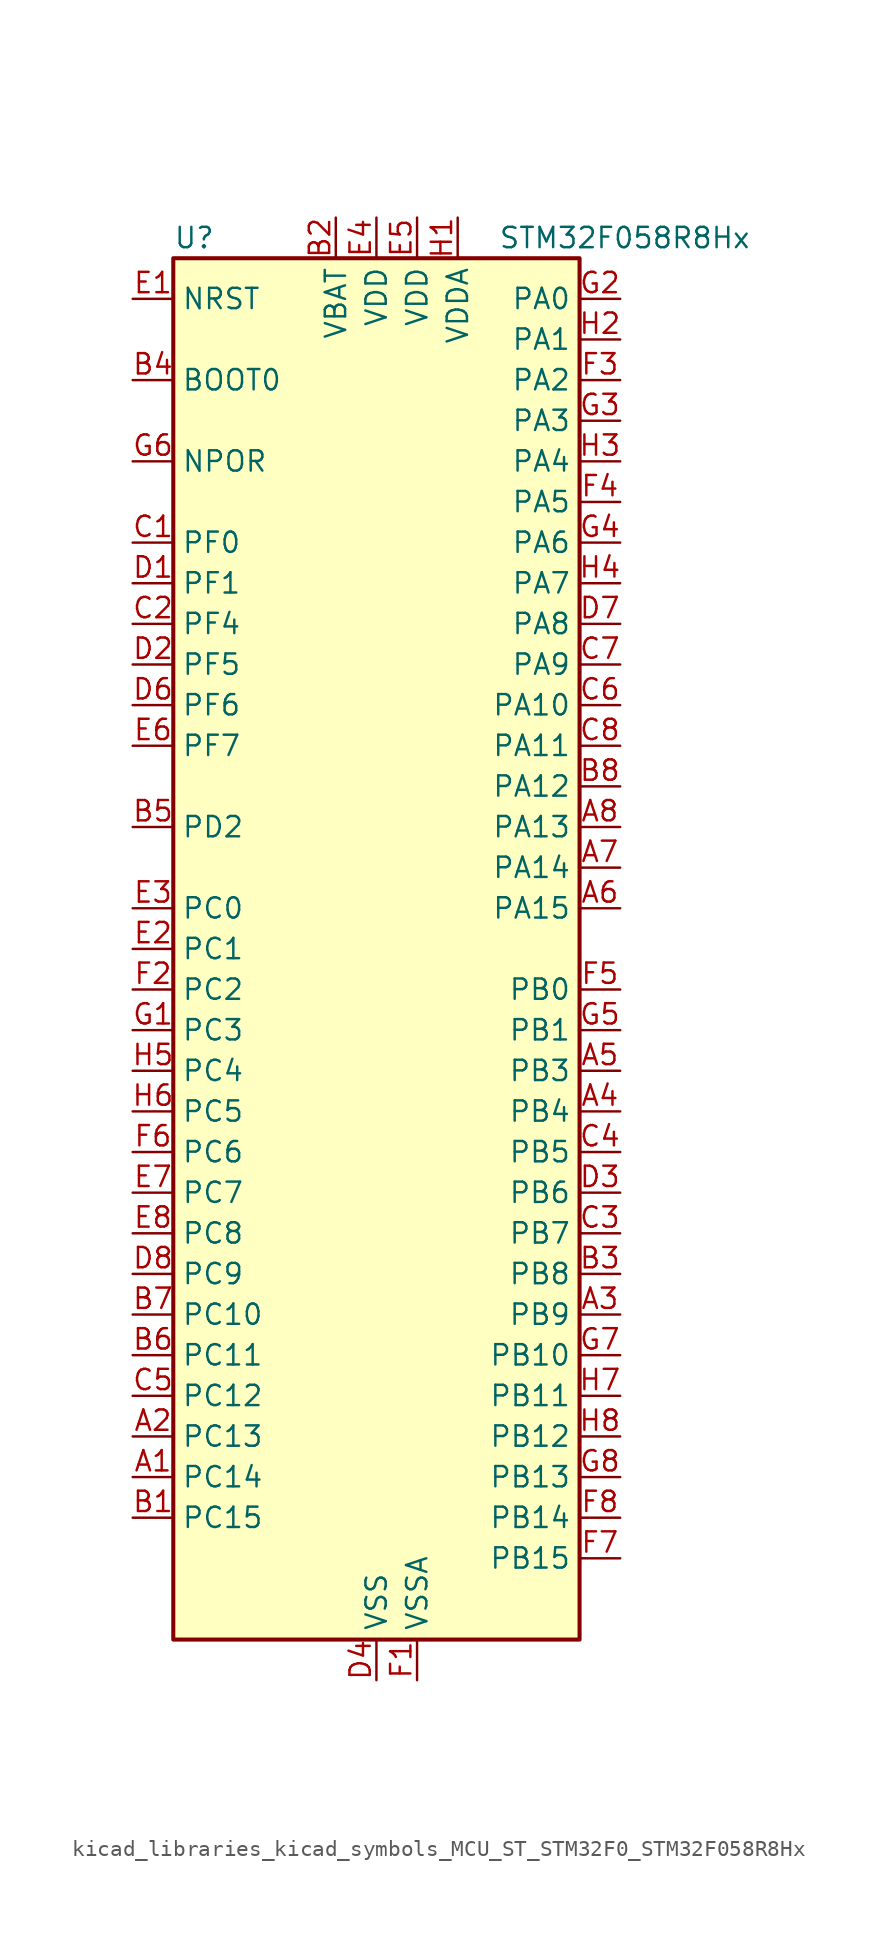
<source format=kicad_sym>
(kicad_symbol_lib
  (version 20220914)
  (generator kicad_symbol_editor)
  (symbol "kicad_libraries_kicad_symbols_MCU_ST_STM32F0_STM32F058R8Hx"
    (property "Reference" "U"
      (at -12.7 44.45 0)
      (effects (font (size 1.27 1.27)) (justify left)))
    (property "Value" "STM32F058R8Hx"
      (at 7.62 44.45 0)
      (effects (font (size 1.27 1.27)) (justify left)))
    (property "ki_locked" ""
      (at 0 0 0)
      (effects (font (size 1.27 1.27))))
    (symbol "kicad_libraries_kicad_symbols_MCU_ST_STM32F0_STM32F058R8Hx_0_1"
      (rectangle (start -12.7 -43.18) (end 12.7 43.18) (stroke (width 0.254) (type default)) (fill (type background))))
    (symbol "kicad_libraries_kicad_symbols_MCU_ST_STM32F0_STM32F058R8Hx_1_1"
      (pin bidirectional line (at -15.24 -33.02 0) (length 2.54) (name "PC14" (effects (font (size 1.27 1.27)))) (number "A1" (effects (font (size 1.27 1.27)))) (alternate "RCC_OSC32_IN" bidirectional line))
      (pin bidirectional line (at -15.24 -30.48 0) (length 2.54) (name "PC13" (effects (font (size 1.27 1.27)))) (number "A2" (effects (font (size 1.27 1.27)))) (alternate "RTC_OUT_ALARM" bidirectional line) (alternate "RTC_OUT_CALIB" bidirectional line) (alternate "RTC_TAMP1" bidirectional line) (alternate "RTC_TS" bidirectional line) (alternate "SYS_WKUP2" bidirectional line))
      (pin bidirectional line (at 15.24 -22.86 180) (length 2.54) (name "PB9" (effects (font (size 1.27 1.27)))) (number "A3" (effects (font (size 1.27 1.27)))) (alternate "DAC1_EXTI9" bidirectional line) (alternate "I2C1_SDA" bidirectional line) (alternate "IR_OUT" bidirectional line) (alternate "TIM17_CH1" bidirectional line))
      (pin bidirectional line (at 15.24 -10.16 180) (length 2.54) (name "PB4" (effects (font (size 1.27 1.27)))) (number "A4" (effects (font (size 1.27 1.27)))) (alternate "I2S1_MCK" bidirectional line) (alternate "SPI1_MISO" bidirectional line) (alternate "TIM3_CH1" bidirectional line) (alternate "TSC_G5_IO2" bidirectional line))
      (pin bidirectional line (at 15.24 -7.62 180) (length 2.54) (name "PB3" (effects (font (size 1.27 1.27)))) (number "A5" (effects (font (size 1.27 1.27)))) (alternate "I2S1_CK" bidirectional line) (alternate "SPI1_SCK" bidirectional line) (alternate "TIM2_CH2" bidirectional line) (alternate "TSC_G5_IO1" bidirectional line))
      (pin bidirectional line (at 15.24 2.54 180) (length 2.54) (name "PA15" (effects (font (size 1.27 1.27)))) (number "A6" (effects (font (size 1.27 1.27)))) (alternate "I2S1_WS" bidirectional line) (alternate "SPI1_NSS" bidirectional line) (alternate "TIM2_CH1" bidirectional line) (alternate "TIM2_ETR" bidirectional line) (alternate "USART2_RX" bidirectional line))
      (pin bidirectional line (at 15.24 5.08 180) (length 2.54) (name "PA14" (effects (font (size 1.27 1.27)))) (number "A7" (effects (font (size 1.27 1.27)))) (alternate "SYS_SWCLK" bidirectional line) (alternate "USART2_TX" bidirectional line))
      (pin bidirectional line (at 15.24 7.62 180) (length 2.54) (name "PA13" (effects (font (size 1.27 1.27)))) (number "A8" (effects (font (size 1.27 1.27)))) (alternate "IR_OUT" bidirectional line) (alternate "SYS_SWDIO" bidirectional line))
      (pin bidirectional line (at -15.24 -35.56 0) (length 2.54) (name "PC15" (effects (font (size 1.27 1.27)))) (number "B1" (effects (font (size 1.27 1.27)))) (alternate "RCC_OSC32_OUT" bidirectional line))
      (pin power_in line (at -2.54 45.72 270) (length 2.54) (name "VBAT" (effects (font (size 1.27 1.27)))) (number "B2" (effects (font (size 1.27 1.27)))))
      (pin bidirectional line (at 15.24 -20.32 180) (length 2.54) (name "PB8" (effects (font (size 1.27 1.27)))) (number "B3" (effects (font (size 1.27 1.27)))) (alternate "CEC" bidirectional line) (alternate "I2C1_SCL" bidirectional line) (alternate "TIM16_CH1" bidirectional line) (alternate "TSC_SYNC" bidirectional line))
      (pin input line (at -15.24 35.56 0) (length 2.54) (name "BOOT0" (effects (font (size 1.27 1.27)))) (number "B4" (effects (font (size 1.27 1.27)))))
      (pin bidirectional line (at -15.24 7.62 0) (length 2.54) (name "PD2" (effects (font (size 1.27 1.27)))) (number "B5" (effects (font (size 1.27 1.27)))) (alternate "TIM3_ETR" bidirectional line))
      (pin bidirectional line (at -15.24 -25.4 0) (length 2.54) (name "PC11" (effects (font (size 1.27 1.27)))) (number "B6" (effects (font (size 1.27 1.27)))))
      (pin bidirectional line (at -15.24 -22.86 0) (length 2.54) (name "PC10" (effects (font (size 1.27 1.27)))) (number "B7" (effects (font (size 1.27 1.27)))))
      (pin bidirectional line (at 15.24 10.16 180) (length 2.54) (name "PA12" (effects (font (size 1.27 1.27)))) (number "B8" (effects (font (size 1.27 1.27)))) (alternate "COMP2_OUT" bidirectional line) (alternate "TIM1_ETR" bidirectional line) (alternate "TSC_G4_IO4" bidirectional line) (alternate "USART1_DE" bidirectional line) (alternate "USART1_RTS" bidirectional line))
      (pin bidirectional line (at -15.24 25.4 0) (length 2.54) (name "PF0" (effects (font (size 1.27 1.27)))) (number "C1" (effects (font (size 1.27 1.27)))) (alternate "RCC_OSC_IN" bidirectional line))
      (pin bidirectional line (at -15.24 20.32 0) (length 2.54) (name "PF4" (effects (font (size 1.27 1.27)))) (number "C2" (effects (font (size 1.27 1.27)))))
      (pin bidirectional line (at 15.24 -17.78 180) (length 2.54) (name "PB7" (effects (font (size 1.27 1.27)))) (number "C3" (effects (font (size 1.27 1.27)))) (alternate "I2C1_SDA" bidirectional line) (alternate "TIM17_CH1N" bidirectional line) (alternate "TSC_G5_IO4" bidirectional line) (alternate "USART1_RX" bidirectional line))
      (pin bidirectional line (at 15.24 -12.7 180) (length 2.54) (name "PB5" (effects (font (size 1.27 1.27)))) (number "C4" (effects (font (size 1.27 1.27)))) (alternate "I2C1_SMBA" bidirectional line) (alternate "I2S1_SD" bidirectional line) (alternate "SPI1_MOSI" bidirectional line) (alternate "TIM16_BKIN" bidirectional line) (alternate "TIM3_CH2" bidirectional line))
      (pin bidirectional line (at -15.24 -27.94 0) (length 2.54) (name "PC12" (effects (font (size 1.27 1.27)))) (number "C5" (effects (font (size 1.27 1.27)))))
      (pin bidirectional line (at 15.24 15.24 180) (length 2.54) (name "PA10" (effects (font (size 1.27 1.27)))) (number "C6" (effects (font (size 1.27 1.27)))) (alternate "TIM17_BKIN" bidirectional line) (alternate "TIM1_CH3" bidirectional line) (alternate "TSC_G4_IO2" bidirectional line) (alternate "USART1_RX" bidirectional line))
      (pin bidirectional line (at 15.24 17.78 180) (length 2.54) (name "PA9" (effects (font (size 1.27 1.27)))) (number "C7" (effects (font (size 1.27 1.27)))) (alternate "DAC1_EXTI9" bidirectional line) (alternate "TIM15_BKIN" bidirectional line) (alternate "TIM1_CH2" bidirectional line) (alternate "TSC_G4_IO1" bidirectional line) (alternate "USART1_TX" bidirectional line))
      (pin bidirectional line (at 15.24 12.7 180) (length 2.54) (name "PA11" (effects (font (size 1.27 1.27)))) (number "C8" (effects (font (size 1.27 1.27)))) (alternate "COMP1_OUT" bidirectional line) (alternate "TIM1_CH4" bidirectional line) (alternate "TSC_G4_IO3" bidirectional line) (alternate "USART1_CTS" bidirectional line))
      (pin bidirectional line (at -15.24 22.86 0) (length 2.54) (name "PF1" (effects (font (size 1.27 1.27)))) (number "D1" (effects (font (size 1.27 1.27)))) (alternate "RCC_OSC_OUT" bidirectional line))
      (pin bidirectional line (at -15.24 17.78 0) (length 2.54) (name "PF5" (effects (font (size 1.27 1.27)))) (number "D2" (effects (font (size 1.27 1.27)))))
      (pin bidirectional line (at 15.24 -15.24 180) (length 2.54) (name "PB6" (effects (font (size 1.27 1.27)))) (number "D3" (effects (font (size 1.27 1.27)))) (alternate "I2C1_SCL" bidirectional line) (alternate "TIM16_CH1N" bidirectional line) (alternate "TSC_G5_IO3" bidirectional line) (alternate "USART1_TX" bidirectional line))
      (pin power_in line (at 0 -45.72 90) (length 2.54) (name "VSS" (effects (font (size 1.27 1.27)))) (number "D4" (effects (font (size 1.27 1.27)))))
      (pin passive line (at 0 -45.72 90) (length 2.54) hide (name "VSS" (effects (font (size 1.27 1.27)))) (number "D5" (effects (font (size 1.27 1.27)))))
      (pin bidirectional line (at -15.24 15.24 0) (length 2.54) (name "PF6" (effects (font (size 1.27 1.27)))) (number "D6" (effects (font (size 1.27 1.27)))) (alternate "I2C2_SCL" bidirectional line))
      (pin bidirectional line (at 15.24 20.32 180) (length 2.54) (name "PA8" (effects (font (size 1.27 1.27)))) (number "D7" (effects (font (size 1.27 1.27)))) (alternate "RCC_MCO" bidirectional line) (alternate "TIM1_CH1" bidirectional line) (alternate "USART1_CK" bidirectional line))
      (pin bidirectional line (at -15.24 -20.32 0) (length 2.54) (name "PC9" (effects (font (size 1.27 1.27)))) (number "D8" (effects (font (size 1.27 1.27)))) (alternate "DAC1_EXTI9" bidirectional line) (alternate "TIM3_CH4" bidirectional line))
      (pin input line (at -15.24 40.64 0) (length 2.54) (name "NRST" (effects (font (size 1.27 1.27)))) (number "E1" (effects (font (size 1.27 1.27)))))
      (pin bidirectional line (at -15.24 0 0) (length 2.54) (name "PC1" (effects (font (size 1.27 1.27)))) (number "E2" (effects (font (size 1.27 1.27)))) (alternate "ADC_IN11" bidirectional line))
      (pin bidirectional line (at -15.24 2.54 0) (length 2.54) (name "PC0" (effects (font (size 1.27 1.27)))) (number "E3" (effects (font (size 1.27 1.27)))) (alternate "ADC_IN10" bidirectional line))
      (pin power_in line (at 0 45.72 270) (length 2.54) (name "VDD" (effects (font (size 1.27 1.27)))) (number "E4" (effects (font (size 1.27 1.27)))))
      (pin power_in line (at 2.54 45.72 270) (length 2.54) (name "VDD" (effects (font (size 1.27 1.27)))) (number "E5" (effects (font (size 1.27 1.27)))))
      (pin bidirectional line (at -15.24 12.7 0) (length 2.54) (name "PF7" (effects (font (size 1.27 1.27)))) (number "E6" (effects (font (size 1.27 1.27)))) (alternate "I2C2_SDA" bidirectional line))
      (pin bidirectional line (at -15.24 -15.24 0) (length 2.54) (name "PC7" (effects (font (size 1.27 1.27)))) (number "E7" (effects (font (size 1.27 1.27)))) (alternate "TIM3_CH2" bidirectional line))
      (pin bidirectional line (at -15.24 -17.78 0) (length 2.54) (name "PC8" (effects (font (size 1.27 1.27)))) (number "E8" (effects (font (size 1.27 1.27)))) (alternate "TIM3_CH3" bidirectional line))
      (pin power_in line (at 2.54 -45.72 90) (length 2.54) (name "VSSA" (effects (font (size 1.27 1.27)))) (number "F1" (effects (font (size 1.27 1.27)))))
      (pin bidirectional line (at -15.24 -2.54 0) (length 2.54) (name "PC2" (effects (font (size 1.27 1.27)))) (number "F2" (effects (font (size 1.27 1.27)))) (alternate "ADC_IN12" bidirectional line))
      (pin bidirectional line (at 15.24 35.56 180) (length 2.54) (name "PA2" (effects (font (size 1.27 1.27)))) (number "F3" (effects (font (size 1.27 1.27)))) (alternate "ADC_IN2" bidirectional line) (alternate "COMP2_INM" bidirectional line) (alternate "COMP2_OUT" bidirectional line) (alternate "TIM15_CH1" bidirectional line) (alternate "TIM2_CH3" bidirectional line) (alternate "TSC_G1_IO3" bidirectional line) (alternate "USART2_TX" bidirectional line))
      (pin bidirectional line (at 15.24 27.94 180) (length 2.54) (name "PA5" (effects (font (size 1.27 1.27)))) (number "F4" (effects (font (size 1.27 1.27)))) (alternate "ADC_IN5" bidirectional line) (alternate "CEC" bidirectional line) (alternate "COMP1_INM" bidirectional line) (alternate "COMP2_INM" bidirectional line) (alternate "I2S1_CK" bidirectional line) (alternate "SPI1_SCK" bidirectional line) (alternate "TIM2_CH1" bidirectional line) (alternate "TIM2_ETR" bidirectional line) (alternate "TSC_G2_IO2" bidirectional line))
      (pin bidirectional line (at 15.24 -2.54 180) (length 2.54) (name "PB0" (effects (font (size 1.27 1.27)))) (number "F5" (effects (font (size 1.27 1.27)))) (alternate "ADC_IN8" bidirectional line) (alternate "TIM1_CH2N" bidirectional line) (alternate "TIM3_CH3" bidirectional line) (alternate "TSC_G3_IO2" bidirectional line))
      (pin bidirectional line (at -15.24 -12.7 0) (length 2.54) (name "PC6" (effects (font (size 1.27 1.27)))) (number "F6" (effects (font (size 1.27 1.27)))) (alternate "TIM3_CH1" bidirectional line))
      (pin bidirectional line (at 15.24 -38.1 180) (length 2.54) (name "PB15" (effects (font (size 1.27 1.27)))) (number "F7" (effects (font (size 1.27 1.27)))) (alternate "RTC_REFIN" bidirectional line) (alternate "SPI2_MOSI" bidirectional line) (alternate "TIM15_CH1N" bidirectional line) (alternate "TIM15_CH2" bidirectional line) (alternate "TIM1_CH3N" bidirectional line))
      (pin bidirectional line (at 15.24 -35.56 180) (length 2.54) (name "PB14" (effects (font (size 1.27 1.27)))) (number "F8" (effects (font (size 1.27 1.27)))) (alternate "SPI2_MISO" bidirectional line) (alternate "TIM15_CH1" bidirectional line) (alternate "TIM1_CH2N" bidirectional line) (alternate "TSC_G6_IO4" bidirectional line))
      (pin bidirectional line (at -15.24 -5.08 0) (length 2.54) (name "PC3" (effects (font (size 1.27 1.27)))) (number "G1" (effects (font (size 1.27 1.27)))) (alternate "ADC_IN13" bidirectional line))
      (pin bidirectional line (at 15.24 40.64 180) (length 2.54) (name "PA0" (effects (font (size 1.27 1.27)))) (number "G2" (effects (font (size 1.27 1.27)))) (alternate "ADC_IN0" bidirectional line) (alternate "COMP1_INM" bidirectional line) (alternate "COMP1_OUT" bidirectional line) (alternate "RTC_TAMP2" bidirectional line) (alternate "SYS_WKUP1" bidirectional line) (alternate "TIM2_CH1" bidirectional line) (alternate "TIM2_ETR" bidirectional line) (alternate "TSC_G1_IO1" bidirectional line) (alternate "USART2_CTS" bidirectional line))
      (pin bidirectional line (at 15.24 33.02 180) (length 2.54) (name "PA3" (effects (font (size 1.27 1.27)))) (number "G3" (effects (font (size 1.27 1.27)))) (alternate "ADC_IN3" bidirectional line) (alternate "COMP2_INP" bidirectional line) (alternate "TIM15_CH2" bidirectional line) (alternate "TIM2_CH4" bidirectional line) (alternate "TSC_G1_IO4" bidirectional line) (alternate "USART2_RX" bidirectional line))
      (pin bidirectional line (at 15.24 25.4 180) (length 2.54) (name "PA6" (effects (font (size 1.27 1.27)))) (number "G4" (effects (font (size 1.27 1.27)))) (alternate "ADC_IN6" bidirectional line) (alternate "COMP1_OUT" bidirectional line) (alternate "I2S1_MCK" bidirectional line) (alternate "SPI1_MISO" bidirectional line) (alternate "TIM16_CH1" bidirectional line) (alternate "TIM1_BKIN" bidirectional line) (alternate "TIM3_CH1" bidirectional line) (alternate "TSC_G2_IO3" bidirectional line))
      (pin bidirectional line (at 15.24 -5.08 180) (length 2.54) (name "PB1" (effects (font (size 1.27 1.27)))) (number "G5" (effects (font (size 1.27 1.27)))) (alternate "ADC_IN9" bidirectional line) (alternate "TIM14_CH1" bidirectional line) (alternate "TIM1_CH3N" bidirectional line) (alternate "TIM3_CH4" bidirectional line) (alternate "TSC_G3_IO3" bidirectional line))
      (pin input line (at -15.24 30.48 0) (length 2.54) (name "NPOR" (effects (font (size 1.27 1.27)))) (number "G6" (effects (font (size 1.27 1.27)))))
      (pin bidirectional line (at 15.24 -25.4 180) (length 2.54) (name "PB10" (effects (font (size 1.27 1.27)))) (number "G7" (effects (font (size 1.27 1.27)))) (alternate "CEC" bidirectional line) (alternate "I2C2_SCL" bidirectional line) (alternate "TIM2_CH3" bidirectional line) (alternate "TSC_SYNC" bidirectional line))
      (pin bidirectional line (at 15.24 -33.02 180) (length 2.54) (name "PB13" (effects (font (size 1.27 1.27)))) (number "G8" (effects (font (size 1.27 1.27)))) (alternate "SPI2_SCK" bidirectional line) (alternate "TIM1_CH1N" bidirectional line) (alternate "TSC_G6_IO3" bidirectional line))
      (pin power_in line (at 5.08 45.72 270) (length 2.54) (name "VDDA" (effects (font (size 1.27 1.27)))) (number "H1" (effects (font (size 1.27 1.27)))))
      (pin bidirectional line (at 15.24 38.1 180) (length 2.54) (name "PA1" (effects (font (size 1.27 1.27)))) (number "H2" (effects (font (size 1.27 1.27)))) (alternate "ADC_IN1" bidirectional line) (alternate "COMP1_INP" bidirectional line) (alternate "TIM2_CH2" bidirectional line) (alternate "TSC_G1_IO2" bidirectional line) (alternate "USART2_DE" bidirectional line) (alternate "USART2_RTS" bidirectional line))
      (pin bidirectional line (at 15.24 30.48 180) (length 2.54) (name "PA4" (effects (font (size 1.27 1.27)))) (number "H3" (effects (font (size 1.27 1.27)))) (alternate "ADC_IN4" bidirectional line) (alternate "COMP1_INM" bidirectional line) (alternate "COMP2_INM" bidirectional line) (alternate "DAC1_OUT1" bidirectional line) (alternate "I2S1_WS" bidirectional line) (alternate "SPI1_NSS" bidirectional line) (alternate "TIM14_CH1" bidirectional line) (alternate "TSC_G2_IO1" bidirectional line) (alternate "USART2_CK" bidirectional line))
      (pin bidirectional line (at 15.24 22.86 180) (length 2.54) (name "PA7" (effects (font (size 1.27 1.27)))) (number "H4" (effects (font (size 1.27 1.27)))) (alternate "ADC_IN7" bidirectional line) (alternate "COMP2_OUT" bidirectional line) (alternate "I2S1_SD" bidirectional line) (alternate "SPI1_MOSI" bidirectional line) (alternate "TIM14_CH1" bidirectional line) (alternate "TIM17_CH1" bidirectional line) (alternate "TIM1_CH1N" bidirectional line) (alternate "TIM3_CH2" bidirectional line) (alternate "TSC_G2_IO4" bidirectional line))
      (pin bidirectional line (at -15.24 -7.62 0) (length 2.54) (name "PC4" (effects (font (size 1.27 1.27)))) (number "H5" (effects (font (size 1.27 1.27)))) (alternate "ADC_IN14" bidirectional line))
      (pin bidirectional line (at -15.24 -10.16 0) (length 2.54) (name "PC5" (effects (font (size 1.27 1.27)))) (number "H6" (effects (font (size 1.27 1.27)))) (alternate "ADC_IN15" bidirectional line) (alternate "TSC_G3_IO1" bidirectional line))
      (pin bidirectional line (at 15.24 -27.94 180) (length 2.54) (name "PB11" (effects (font (size 1.27 1.27)))) (number "H7" (effects (font (size 1.27 1.27)))) (alternate "I2C2_SDA" bidirectional line) (alternate "TIM2_CH4" bidirectional line) (alternate "TSC_G6_IO1" bidirectional line))
      (pin bidirectional line (at 15.24 -30.48 180) (length 2.54) (name "PB12" (effects (font (size 1.27 1.27)))) (number "H8" (effects (font (size 1.27 1.27)))) (alternate "SPI2_NSS" bidirectional line) (alternate "TIM1_BKIN" bidirectional line) (alternate "TSC_G6_IO2" bidirectional line)))))
</source>
